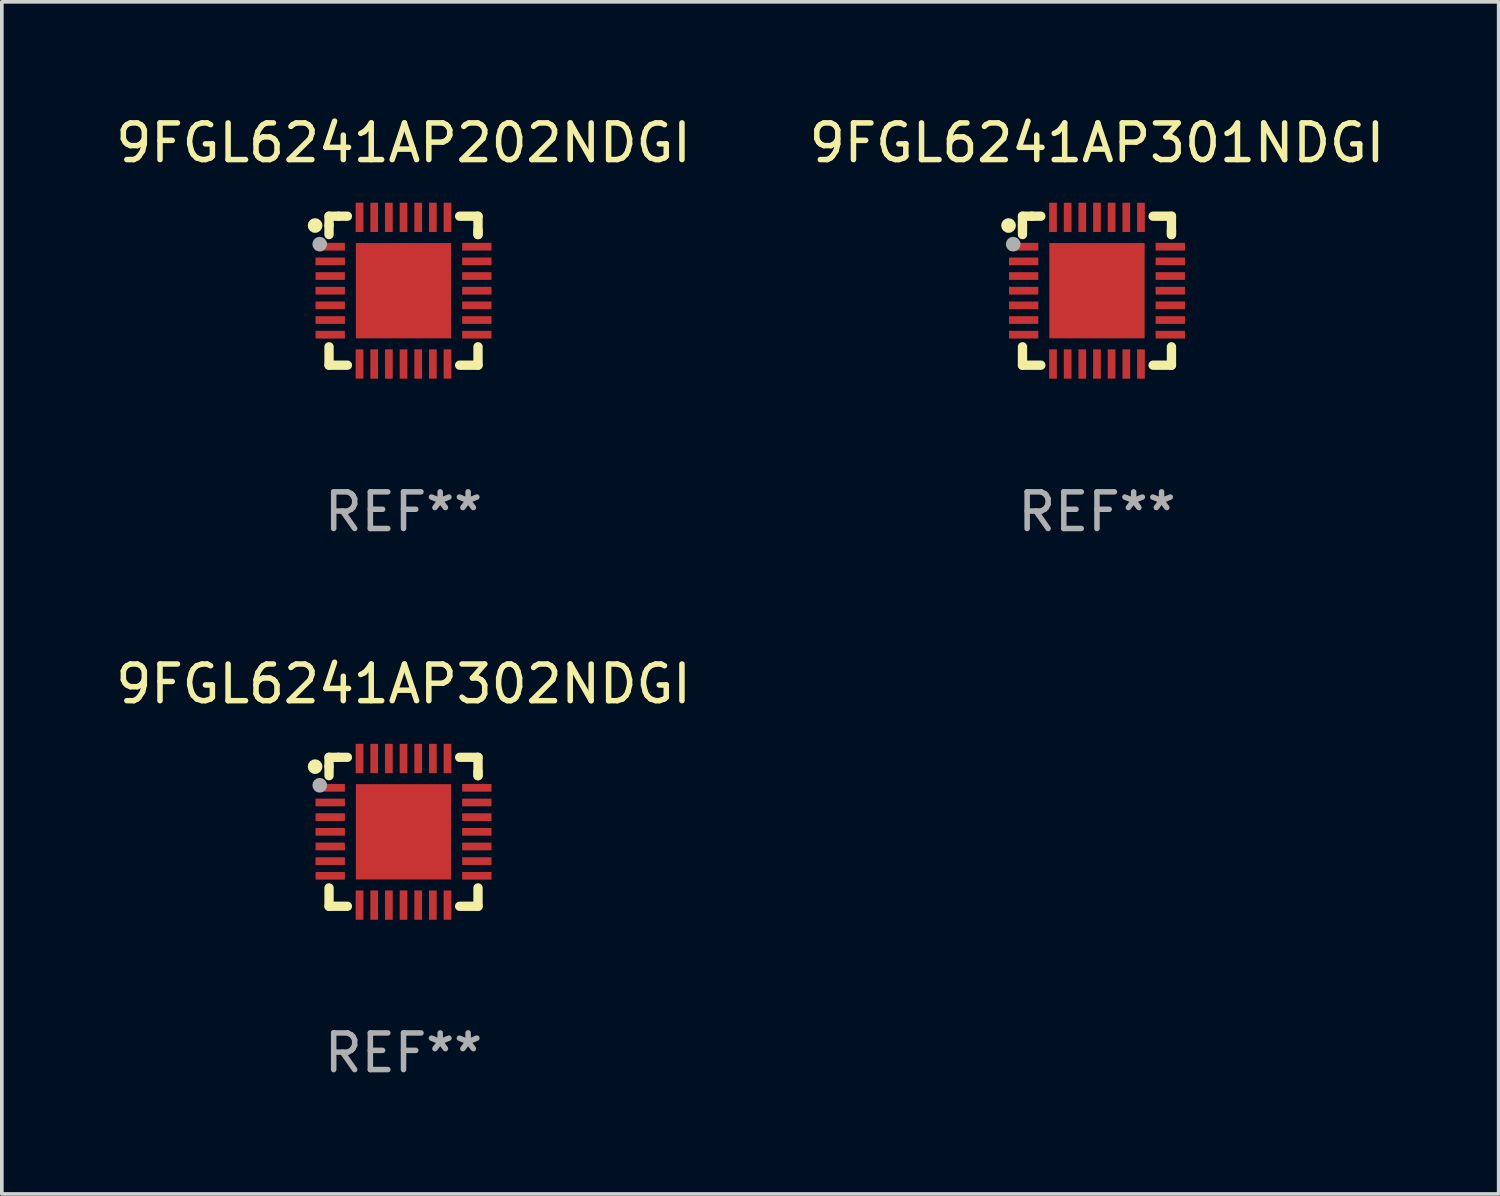
<source format=kicad_pcb>
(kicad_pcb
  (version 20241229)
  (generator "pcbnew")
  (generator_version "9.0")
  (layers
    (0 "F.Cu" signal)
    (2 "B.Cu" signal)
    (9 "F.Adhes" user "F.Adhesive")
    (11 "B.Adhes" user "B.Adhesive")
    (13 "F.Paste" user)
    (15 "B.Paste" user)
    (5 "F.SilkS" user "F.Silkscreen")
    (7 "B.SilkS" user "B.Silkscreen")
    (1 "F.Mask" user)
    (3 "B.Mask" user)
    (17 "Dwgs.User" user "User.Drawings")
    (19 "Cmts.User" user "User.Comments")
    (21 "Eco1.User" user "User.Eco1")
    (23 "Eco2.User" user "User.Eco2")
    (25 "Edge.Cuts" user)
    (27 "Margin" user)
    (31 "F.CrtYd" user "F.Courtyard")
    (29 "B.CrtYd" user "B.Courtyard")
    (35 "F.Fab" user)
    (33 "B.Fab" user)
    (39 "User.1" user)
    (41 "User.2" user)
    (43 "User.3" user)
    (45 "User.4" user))
  (footprint "9FGL6241AP302NDGI"
    (layer "F.Cu")
    (at 7.958 19.641)
    (property "Reference" "9FGL6241AP302NDGI" (at 0 -4.032 0) (layer "F.SilkS") (effects (font (size 1 1) (thickness 0.15))))
    (attr through_hole)
    (fp_line (start -2.032 -2.032) (end -2.032 -1.778) (stroke (width 0.254) (type solid)) (layer "F.SilkS"))
    (fp_line (start -2.032 -1.778) (end -2.032 -1.531) (stroke (width 0.254) (type solid)) (layer "F.SilkS"))
    (fp_line (start -2.032 1.531) (end -2.032 2.032) (stroke (width 0.254) (type solid)) (layer "F.SilkS"))
    (fp_line (start -2.032 2.032) (end -1.531 2.032) (stroke (width 0.254) (type solid)) (layer "F.SilkS"))
    (fp_line (start -1.778 -2.032) (end -2.032 -2.032) (stroke (width 0.254) (type solid)) (layer "F.SilkS"))
    (fp_line (start -1.531 -2.032) (end -1.778 -2.032) (stroke (width 0.254) (type solid)) (layer "F.SilkS"))
    (fp_line (start 1.531 2.032) (end 2.032 2.032) (stroke (width 0.254) (type solid)) (layer "F.SilkS"))
    (fp_line (start 2.032 -2.032) (end 1.531 -2.032) (stroke (width 0.254) (type solid)) (layer "F.SilkS"))
    (fp_line (start 2.032 -1.531) (end 2.032 -2.032) (stroke (width 0.254) (type solid)) (layer "F.SilkS"))
    (fp_line (start 2.032 -1.531) (end 2.032 -1.651) (stroke (width 0.254) (type solid)) (layer "F.SilkS"))
    (fp_line (start 2.032 2.032) (end 2.032 1.531) (stroke (width 0.254) (type solid)) (layer "F.SilkS"))
    (fp_circle (center -2.413 -1.778) (end -2.313 -1.778) (stroke (width 0.2) (type solid)) (fill no) (layer "F.SilkS"))
    (fp_circle (center -2 -2) (end -1.97 -2) (stroke (width 0.06) (type solid)) (fill no) (layer "F.SilkS"))
    (fp_circle (center -2.286 -1.27) (end -2.186 -1.27) (stroke (width 0.2) (type solid)) (fill no) (layer "F.Fab"))
    (fp_text user "REF**" (at 0 6.032 0) (layer "F.Fab") (effects (font (size 1 1) (thickness 0.15))))
    (pad "1" smd rect (at -2 -1.2 270) (size 0.21 0.8) (layers "F.Cu" "F.Mask" "F.Paste"))
    (pad "2" smd rect (at -2 -0.8 270) (size 0.21 0.8) (layers "F.Cu" "F.Mask" "F.Paste"))
    (pad "3" smd rect (at -2 -0.4 270) (size 0.21 0.8) (layers "F.Cu" "F.Mask" "F.Paste"))
    (pad "4" smd rect (at -2 0.000229 270) (size 0.21 0.8) (layers "F.Cu" "F.Mask" "F.Paste"))
    (pad "5" smd rect (at -2 0.4 270) (size 0.21 0.8) (layers "F.Cu" "F.Mask" "F.Paste"))
    (pad "6" smd rect (at -2 0.8 270) (size 0.21 0.8) (layers "F.Cu" "F.Mask" "F.Paste"))
    (pad "7" smd rect (at -2 1.2 270) (size 0.21 0.8) (layers "F.Cu" "F.Mask" "F.Paste"))
    (pad "8" smd rect (at -1.2 2 180) (size 0.21 0.8) (layers "F.Cu" "F.Mask" "F.Paste"))
    (pad "9" smd rect (at -0.8 2 180) (size 0.21 0.8) (layers "F.Cu" "F.Mask" "F.Paste"))
    (pad "10" smd rect (at -0.4 2 180) (size 0.21 0.8) (layers "F.Cu" "F.Mask" "F.Paste"))
    (pad "11" smd rect (at -0.000038 2 180) (size 0.21 0.8) (layers "F.Cu" "F.Mask" "F.Paste"))
    (pad "12" smd rect (at 0.4 2 180) (size 0.21 0.8) (layers "F.Cu" "F.Mask" "F.Paste"))
    (pad "13" smd rect (at 0.8 2 180) (size 0.21 0.8) (layers "F.Cu" "F.Mask" "F.Paste"))
    (pad "14" smd rect (at 1.2 2 180) (size 0.21 0.8) (layers "F.Cu" "F.Mask" "F.Paste"))
    (pad "15" smd rect (at 2 1.2 270) (size 0.21 0.8) (layers "F.Cu" "F.Mask" "F.Paste"))
    (pad "16" smd rect (at 2 0.8 270) (size 0.21 0.8) (layers "F.Cu" "F.Mask" "F.Paste"))
    (pad "17" smd rect (at 2 0.4 270) (size 0.21 0.8) (layers "F.Cu" "F.Mask" "F.Paste"))
    (pad "18" smd rect (at 2 0.000229 270) (size 0.21 0.8) (layers "F.Cu" "F.Mask" "F.Paste"))
    (pad "19" smd rect (at 2 -0.4 270) (size 0.21 0.8) (layers "F.Cu" "F.Mask" "F.Paste"))
    (pad "20" smd rect (at 2 -0.8 270) (size 0.21 0.8) (layers "F.Cu" "F.Mask" "F.Paste"))
    (pad "21" smd rect (at 2 -1.2 270) (size 0.21 0.8) (layers "F.Cu" "F.Mask" "F.Paste"))
    (pad "22" smd rect (at 1.2 -2 180) (size 0.21 0.8) (layers "F.Cu" "F.Mask" "F.Paste"))
    (pad "23" smd rect (at 0.8 -2 180) (size 0.21 0.8) (layers "F.Cu" "F.Mask" "F.Paste"))
    (pad "24" smd rect (at 0.4 -2 180) (size 0.21 0.8) (layers "F.Cu" "F.Mask" "F.Paste"))
    (pad "25" smd rect (at -0.000038 -2 180) (size 0.21 0.8) (layers "F.Cu" "F.Mask" "F.Paste"))
    (pad "26" smd rect (at -0.4 -2 180) (size 0.21 0.8) (layers "F.Cu" "F.Mask" "F.Paste"))
    (pad "27" smd rect (at -0.8 -2 180) (size 0.21 0.8) (layers "F.Cu" "F.Mask" "F.Paste"))
    (pad "28" smd rect (at -1.2 -2 180) (size 0.21 0.8) (layers "F.Cu" "F.Mask" "F.Paste"))
    (pad "29" smd rect (at -0.000038 0.000229 180) (size 2.6 2.6) (layers "F.Cu" "F.Mask" "F.Paste")))
  (footprint "9FGL6241AP301NDGI"
    (layer "F.Cu")
    (at 26.875 4.88)
    (property "Reference" "9FGL6241AP301NDGI" (at 0 -4.032 0) (layer "F.SilkS") (effects (font (size 1 1) (thickness 0.15))))
    (attr through_hole)
    (fp_line (start -2.032 -2.032) (end -2.032 -1.778) (stroke (width 0.254) (type solid)) (layer "F.SilkS"))
    (fp_line (start -2.032 -1.778) (end -2.032 -1.531) (stroke (width 0.254) (type solid)) (layer "F.SilkS"))
    (fp_line (start -2.032 1.531) (end -2.032 2.032) (stroke (width 0.254) (type solid)) (layer "F.SilkS"))
    (fp_line (start -2.032 2.032) (end -1.531 2.032) (stroke (width 0.254) (type solid)) (layer "F.SilkS"))
    (fp_line (start -1.778 -2.032) (end -2.032 -2.032) (stroke (width 0.254) (type solid)) (layer "F.SilkS"))
    (fp_line (start -1.531 -2.032) (end -1.778 -2.032) (stroke (width 0.254) (type solid)) (layer "F.SilkS"))
    (fp_line (start 1.531 2.032) (end 2.032 2.032) (stroke (width 0.254) (type solid)) (layer "F.SilkS"))
    (fp_line (start 2.032 -2.032) (end 1.531 -2.032) (stroke (width 0.254) (type solid)) (layer "F.SilkS"))
    (fp_line (start 2.032 -1.531) (end 2.032 -2.032) (stroke (width 0.254) (type solid)) (layer "F.SilkS"))
    (fp_line (start 2.032 -1.531) (end 2.032 -1.651) (stroke (width 0.254) (type solid)) (layer "F.SilkS"))
    (fp_line (start 2.032 2.032) (end 2.032 1.531) (stroke (width 0.254) (type solid)) (layer "F.SilkS"))
    (fp_circle (center -2.413 -1.778) (end -2.313 -1.778) (stroke (width 0.2) (type solid)) (fill no) (layer "F.SilkS"))
    (fp_circle (center -2 -2) (end -1.97 -2) (stroke (width 0.06) (type solid)) (fill no) (layer "F.SilkS"))
    (fp_circle (center -2.286 -1.27) (end -2.186 -1.27) (stroke (width 0.2) (type solid)) (fill no) (layer "F.Fab"))
    (fp_text user "REF**" (at 0 6.032 0) (layer "F.Fab") (effects (font (size 1 1) (thickness 0.15))))
    (pad "1" smd rect (at -2 -1.2 270) (size 0.21 0.8) (layers "F.Cu" "F.Mask" "F.Paste"))
    (pad "2" smd rect (at -2 -0.8 270) (size 0.21 0.8) (layers "F.Cu" "F.Mask" "F.Paste"))
    (pad "3" smd rect (at -2 -0.4 270) (size 0.21 0.8) (layers "F.Cu" "F.Mask" "F.Paste"))
    (pad "4" smd rect (at -2 0.000229 270) (size 0.21 0.8) (layers "F.Cu" "F.Mask" "F.Paste"))
    (pad "5" smd rect (at -2 0.4 270) (size 0.21 0.8) (layers "F.Cu" "F.Mask" "F.Paste"))
    (pad "6" smd rect (at -2 0.8 270) (size 0.21 0.8) (layers "F.Cu" "F.Mask" "F.Paste"))
    (pad "7" smd rect (at -2 1.2 270) (size 0.21 0.8) (layers "F.Cu" "F.Mask" "F.Paste"))
    (pad "8" smd rect (at -1.2 2 180) (size 0.21 0.8) (layers "F.Cu" "F.Mask" "F.Paste"))
    (pad "9" smd rect (at -0.8 2 180) (size 0.21 0.8) (layers "F.Cu" "F.Mask" "F.Paste"))
    (pad "10" smd rect (at -0.4 2 180) (size 0.21 0.8) (layers "F.Cu" "F.Mask" "F.Paste"))
    (pad "11" smd rect (at -0.000038 2 180) (size 0.21 0.8) (layers "F.Cu" "F.Mask" "F.Paste"))
    (pad "12" smd rect (at 0.4 2 180) (size 0.21 0.8) (layers "F.Cu" "F.Mask" "F.Paste"))
    (pad "13" smd rect (at 0.8 2 180) (size 0.21 0.8) (layers "F.Cu" "F.Mask" "F.Paste"))
    (pad "14" smd rect (at 1.2 2 180) (size 0.21 0.8) (layers "F.Cu" "F.Mask" "F.Paste"))
    (pad "15" smd rect (at 2 1.2 270) (size 0.21 0.8) (layers "F.Cu" "F.Mask" "F.Paste"))
    (pad "16" smd rect (at 2 0.8 270) (size 0.21 0.8) (layers "F.Cu" "F.Mask" "F.Paste"))
    (pad "17" smd rect (at 2 0.4 270) (size 0.21 0.8) (layers "F.Cu" "F.Mask" "F.Paste"))
    (pad "18" smd rect (at 2 0.000229 270) (size 0.21 0.8) (layers "F.Cu" "F.Mask" "F.Paste"))
    (pad "19" smd rect (at 2 -0.4 270) (size 0.21 0.8) (layers "F.Cu" "F.Mask" "F.Paste"))
    (pad "20" smd rect (at 2 -0.8 270) (size 0.21 0.8) (layers "F.Cu" "F.Mask" "F.Paste"))
    (pad "21" smd rect (at 2 -1.2 270) (size 0.21 0.8) (layers "F.Cu" "F.Mask" "F.Paste"))
    (pad "22" smd rect (at 1.2 -2 180) (size 0.21 0.8) (layers "F.Cu" "F.Mask" "F.Paste"))
    (pad "23" smd rect (at 0.8 -2 180) (size 0.21 0.8) (layers "F.Cu" "F.Mask" "F.Paste"))
    (pad "24" smd rect (at 0.4 -2 180) (size 0.21 0.8) (layers "F.Cu" "F.Mask" "F.Paste"))
    (pad "25" smd rect (at -0.000038 -2 180) (size 0.21 0.8) (layers "F.Cu" "F.Mask" "F.Paste"))
    (pad "26" smd rect (at -0.4 -2 180) (size 0.21 0.8) (layers "F.Cu" "F.Mask" "F.Paste"))
    (pad "27" smd rect (at -0.8 -2 180) (size 0.21 0.8) (layers "F.Cu" "F.Mask" "F.Paste"))
    (pad "28" smd rect (at -1.2 -2 180) (size 0.21 0.8) (layers "F.Cu" "F.Mask" "F.Paste"))
    (pad "29" smd rect (at -0.000038 0.000229 180) (size 2.6 2.6) (layers "F.Cu" "F.Mask" "F.Paste")))
  (footprint "9FGL6241AP202NDGI"
    (layer "F.Cu")
    (at 7.958 4.88)
    (property "Reference" "9FGL6241AP202NDGI" (at 0 -4.032 0) (layer "F.SilkS") (effects (font (size 1 1) (thickness 0.15))))
    (attr through_hole)
    (fp_line (start -2.032 -2.032) (end -2.032 -1.778) (stroke (width 0.254) (type solid)) (layer "F.SilkS"))
    (fp_line (start -2.032 -1.778) (end -2.032 -1.531) (stroke (width 0.254) (type solid)) (layer "F.SilkS"))
    (fp_line (start -2.032 1.531) (end -2.032 2.032) (stroke (width 0.254) (type solid)) (layer "F.SilkS"))
    (fp_line (start -2.032 2.032) (end -1.531 2.032) (stroke (width 0.254) (type solid)) (layer "F.SilkS"))
    (fp_line (start -1.778 -2.032) (end -2.032 -2.032) (stroke (width 0.254) (type solid)) (layer "F.SilkS"))
    (fp_line (start -1.531 -2.032) (end -1.778 -2.032) (stroke (width 0.254) (type solid)) (layer "F.SilkS"))
    (fp_line (start 1.531 2.032) (end 2.032 2.032) (stroke (width 0.254) (type solid)) (layer "F.SilkS"))
    (fp_line (start 2.032 -2.032) (end 1.531 -2.032) (stroke (width 0.254) (type solid)) (layer "F.SilkS"))
    (fp_line (start 2.032 -1.531) (end 2.032 -2.032) (stroke (width 0.254) (type solid)) (layer "F.SilkS"))
    (fp_line (start 2.032 -1.531) (end 2.032 -1.651) (stroke (width 0.254) (type solid)) (layer "F.SilkS"))
    (fp_line (start 2.032 2.032) (end 2.032 1.531) (stroke (width 0.254) (type solid)) (layer "F.SilkS"))
    (fp_circle (center -2.413 -1.778) (end -2.313 -1.778) (stroke (width 0.2) (type solid)) (fill no) (layer "F.SilkS"))
    (fp_circle (center -2 -2) (end -1.97 -2) (stroke (width 0.06) (type solid)) (fill no) (layer "F.SilkS"))
    (fp_circle (center -2.286 -1.27) (end -2.186 -1.27) (stroke (width 0.2) (type solid)) (fill no) (layer "F.Fab"))
    (fp_text user "REF**" (at 0 6.032 0) (layer "F.Fab") (effects (font (size 1 1) (thickness 0.15))))
    (pad "1" smd rect (at -2 -1.2 270) (size 0.21 0.8) (layers "F.Cu" "F.Mask" "F.Paste"))
    (pad "2" smd rect (at -2 -0.8 270) (size 0.21 0.8) (layers "F.Cu" "F.Mask" "F.Paste"))
    (pad "3" smd rect (at -2 -0.4 270) (size 0.21 0.8) (layers "F.Cu" "F.Mask" "F.Paste"))
    (pad "4" smd rect (at -2 0.000229 270) (size 0.21 0.8) (layers "F.Cu" "F.Mask" "F.Paste"))
    (pad "5" smd rect (at -2 0.4 270) (size 0.21 0.8) (layers "F.Cu" "F.Mask" "F.Paste"))
    (pad "6" smd rect (at -2 0.8 270) (size 0.21 0.8) (layers "F.Cu" "F.Mask" "F.Paste"))
    (pad "7" smd rect (at -2 1.2 270) (size 0.21 0.8) (layers "F.Cu" "F.Mask" "F.Paste"))
    (pad "8" smd rect (at -1.2 2 180) (size 0.21 0.8) (layers "F.Cu" "F.Mask" "F.Paste"))
    (pad "9" smd rect (at -0.8 2 180) (size 0.21 0.8) (layers "F.Cu" "F.Mask" "F.Paste"))
    (pad "10" smd rect (at -0.4 2 180) (size 0.21 0.8) (layers "F.Cu" "F.Mask" "F.Paste"))
    (pad "11" smd rect (at -0.000038 2 180) (size 0.21 0.8) (layers "F.Cu" "F.Mask" "F.Paste"))
    (pad "12" smd rect (at 0.4 2 180) (size 0.21 0.8) (layers "F.Cu" "F.Mask" "F.Paste"))
    (pad "13" smd rect (at 0.8 2 180) (size 0.21 0.8) (layers "F.Cu" "F.Mask" "F.Paste"))
    (pad "14" smd rect (at 1.2 2 180) (size 0.21 0.8) (layers "F.Cu" "F.Mask" "F.Paste"))
    (pad "15" smd rect (at 2 1.2 270) (size 0.21 0.8) (layers "F.Cu" "F.Mask" "F.Paste"))
    (pad "16" smd rect (at 2 0.8 270) (size 0.21 0.8) (layers "F.Cu" "F.Mask" "F.Paste"))
    (pad "17" smd rect (at 2 0.4 270) (size 0.21 0.8) (layers "F.Cu" "F.Mask" "F.Paste"))
    (pad "18" smd rect (at 2 0.000229 270) (size 0.21 0.8) (layers "F.Cu" "F.Mask" "F.Paste"))
    (pad "19" smd rect (at 2 -0.4 270) (size 0.21 0.8) (layers "F.Cu" "F.Mask" "F.Paste"))
    (pad "20" smd rect (at 2 -0.8 270) (size 0.21 0.8) (layers "F.Cu" "F.Mask" "F.Paste"))
    (pad "21" smd rect (at 2 -1.2 270) (size 0.21 0.8) (layers "F.Cu" "F.Mask" "F.Paste"))
    (pad "22" smd rect (at 1.2 -2 180) (size 0.21 0.8) (layers "F.Cu" "F.Mask" "F.Paste"))
    (pad "23" smd rect (at 0.8 -2 180) (size 0.21 0.8) (layers "F.Cu" "F.Mask" "F.Paste"))
    (pad "24" smd rect (at 0.4 -2 180) (size 0.21 0.8) (layers "F.Cu" "F.Mask" "F.Paste"))
    (pad "25" smd rect (at -0.000038 -2 180) (size 0.21 0.8) (layers "F.Cu" "F.Mask" "F.Paste"))
    (pad "26" smd rect (at -0.4 -2 180) (size 0.21 0.8) (layers "F.Cu" "F.Mask" "F.Paste"))
    (pad "27" smd rect (at -0.8 -2 180) (size 0.21 0.8) (layers "F.Cu" "F.Mask" "F.Paste"))
    (pad "28" smd rect (at -1.2 -2 180) (size 0.21 0.8) (layers "F.Cu" "F.Mask" "F.Paste"))
    (pad "29" smd rect (at -0.000038 0.000229 180) (size 2.6 2.6) (layers "F.Cu" "F.Mask" "F.Paste")))
  (gr_rect
    (start -3 -3)
    (end 37.833 29.521)
    (stroke (width 0.1) (type default))
    (fill no)
    (layer "Edge.Cuts")))
</source>
